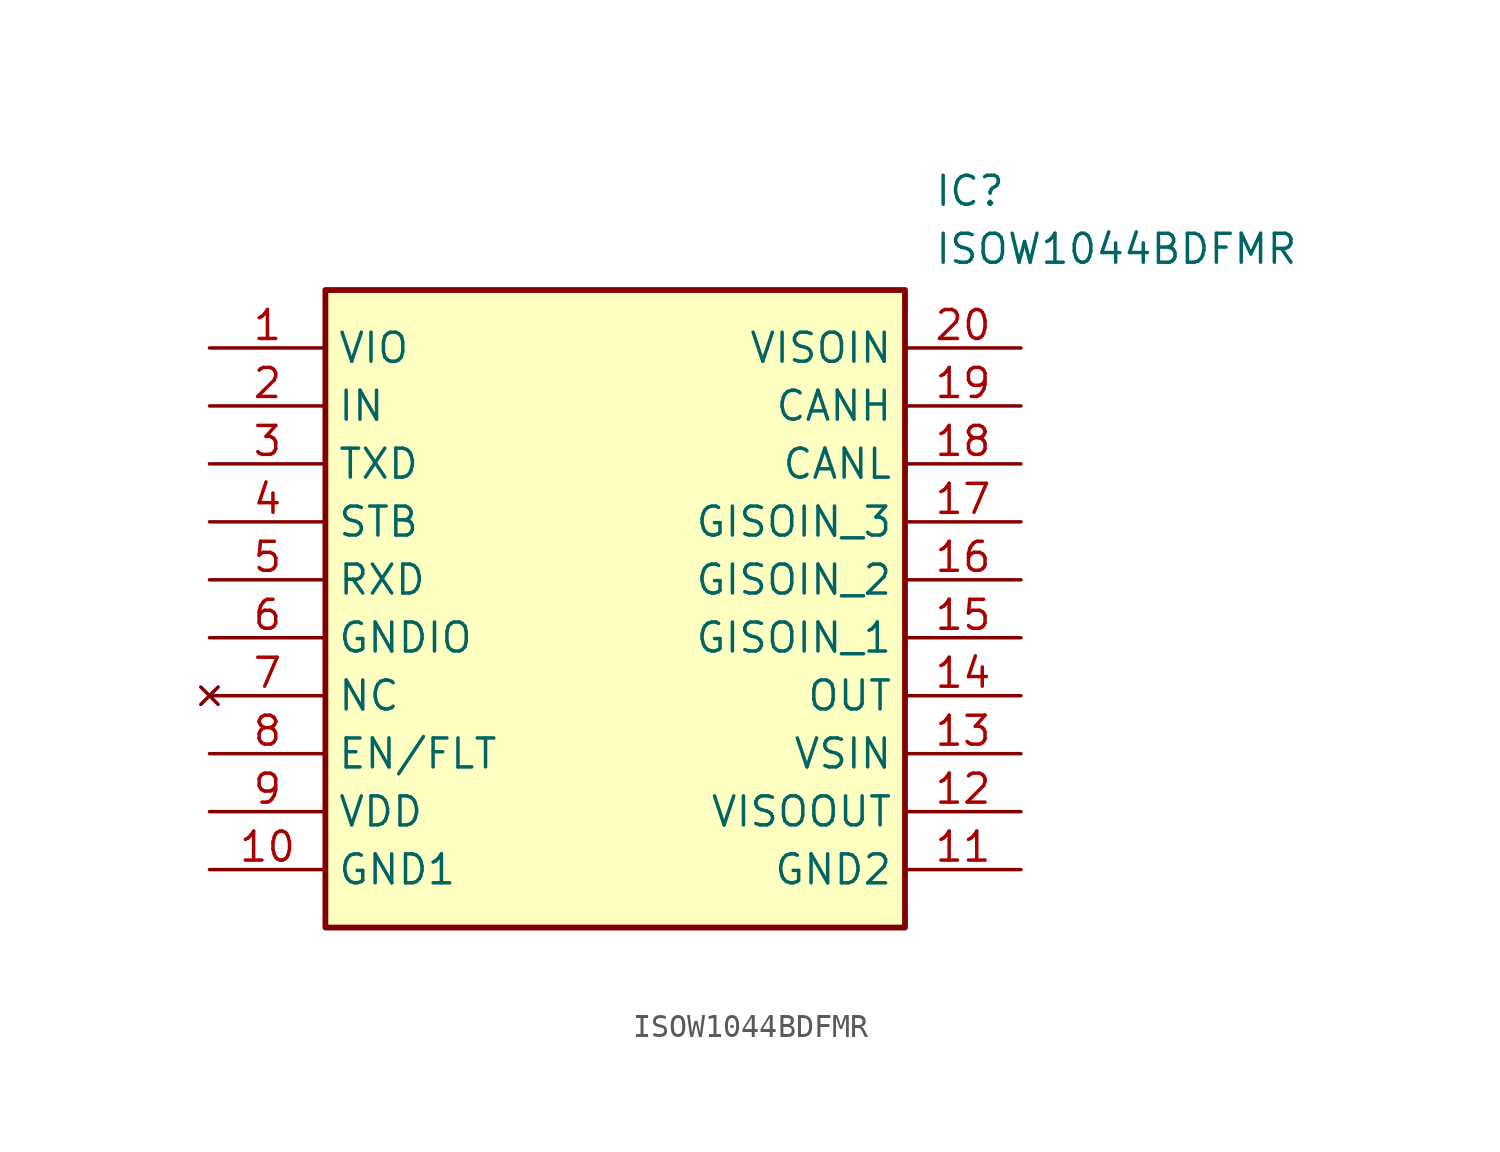
<source format=kicad_sym>
(kicad_symbol_lib
  (version 20211014)
  (generator SamacSys_ECAD_Model)
  (symbol "ISOW1044BDFMR"
    (property "Reference" "IC"
      (at 31.75 7.62 0)
      (effects (font (size 1.27 1.27)) (justify left top)))
    (property "Value" "ISOW1044BDFMR"
      (at 31.75 5.08 0)
      (effects (font (size 1.27 1.27)) (justify left top)))
    (rectangle
      (start 5.08 2.54)
      (end 30.48 -25.4)
      (stroke (width 0.254) (type default))
      (fill (type background)))
    (pin passive line
      (at 0 0 0)
      (length 5.08)
      (name "VIO" (effects (font (size 1.27 1.27))))
      (number "1" (effects (font (size 1.27 1.27)))))
    (pin passive line
      (at 0 -2.54 0)
      (length 5.08)
      (name "IN" (effects (font (size 1.27 1.27))))
      (number "2" (effects (font (size 1.27 1.27)))))
    (pin passive line
      (at 0 -5.08 0)
      (length 5.08)
      (name "TXD" (effects (font (size 1.27 1.27))))
      (number "3" (effects (font (size 1.27 1.27)))))
    (pin passive line
      (at 0 -7.62 0)
      (length 5.08)
      (name "STB" (effects (font (size 1.27 1.27))))
      (number "4" (effects (font (size 1.27 1.27)))))
    (pin passive line
      (at 0 -10.16 0)
      (length 5.08)
      (name "RXD" (effects (font (size 1.27 1.27))))
      (number "5" (effects (font (size 1.27 1.27)))))
    (pin passive line
      (at 0 -12.7 0)
      (length 5.08)
      (name "GNDIO" (effects (font (size 1.27 1.27))))
      (number "6" (effects (font (size 1.27 1.27)))))
    (pin no_connect line
      (at 0 -15.24 0)
      (length 5.08)
      (name "NC" (effects (font (size 1.27 1.27))))
      (number "7" (effects (font (size 1.27 1.27)))))
    (pin passive line
      (at 0 -17.78 0)
      (length 5.08)
      (name "EN/FLT" (effects (font (size 1.27 1.27))))
      (number "8" (effects (font (size 1.27 1.27)))))
    (pin passive line
      (at 0 -20.32 0)
      (length 5.08)
      (name "VDD" (effects (font (size 1.27 1.27))))
      (number "9" (effects (font (size 1.27 1.27)))))
    (pin passive line
      (at 0 -22.86 0)
      (length 5.08)
      (name "GND1" (effects (font (size 1.27 1.27))))
      (number "10" (effects (font (size 1.27 1.27)))))
    (pin passive line
      (at 35.56 0 180)
      (length 5.08)
      (name "VISOIN" (effects (font (size 1.27 1.27))))
      (number "20" (effects (font (size 1.27 1.27)))))
    (pin passive line
      (at 35.56 -2.54 180)
      (length 5.08)
      (name "CANH" (effects (font (size 1.27 1.27))))
      (number "19" (effects (font (size 1.27 1.27)))))
    (pin passive line
      (at 35.56 -5.08 180)
      (length 5.08)
      (name "CANL" (effects (font (size 1.27 1.27))))
      (number "18" (effects (font (size 1.27 1.27)))))
    (pin passive line
      (at 35.56 -7.62 180)
      (length 5.08)
      (name "GISOIN_3" (effects (font (size 1.27 1.27))))
      (number "17" (effects (font (size 1.27 1.27)))))
    (pin passive line
      (at 35.56 -10.16 180)
      (length 5.08)
      (name "GISOIN_2" (effects (font (size 1.27 1.27))))
      (number "16" (effects (font (size 1.27 1.27)))))
    (pin passive line
      (at 35.56 -12.7 180)
      (length 5.08)
      (name "GISOIN_1" (effects (font (size 1.27 1.27))))
      (number "15" (effects (font (size 1.27 1.27)))))
    (pin passive line
      (at 35.56 -15.24 180)
      (length 5.08)
      (name "OUT" (effects (font (size 1.27 1.27))))
      (number "14" (effects (font (size 1.27 1.27)))))
    (pin passive line
      (at 35.56 -17.78 180)
      (length 5.08)
      (name "VSIN" (effects (font (size 1.27 1.27))))
      (number "13" (effects (font (size 1.27 1.27)))))
    (pin passive line
      (at 35.56 -20.32 180)
      (length 5.08)
      (name "VISOOUT" (effects (font (size 1.27 1.27))))
      (number "12" (effects (font (size 1.27 1.27)))))
    (pin passive line
      (at 35.56 -22.86 180)
      (length 5.08)
      (name "GND2" (effects (font (size 1.27 1.27))))
      (number "11" (effects (font (size 1.27 1.27)))))))
</source>
